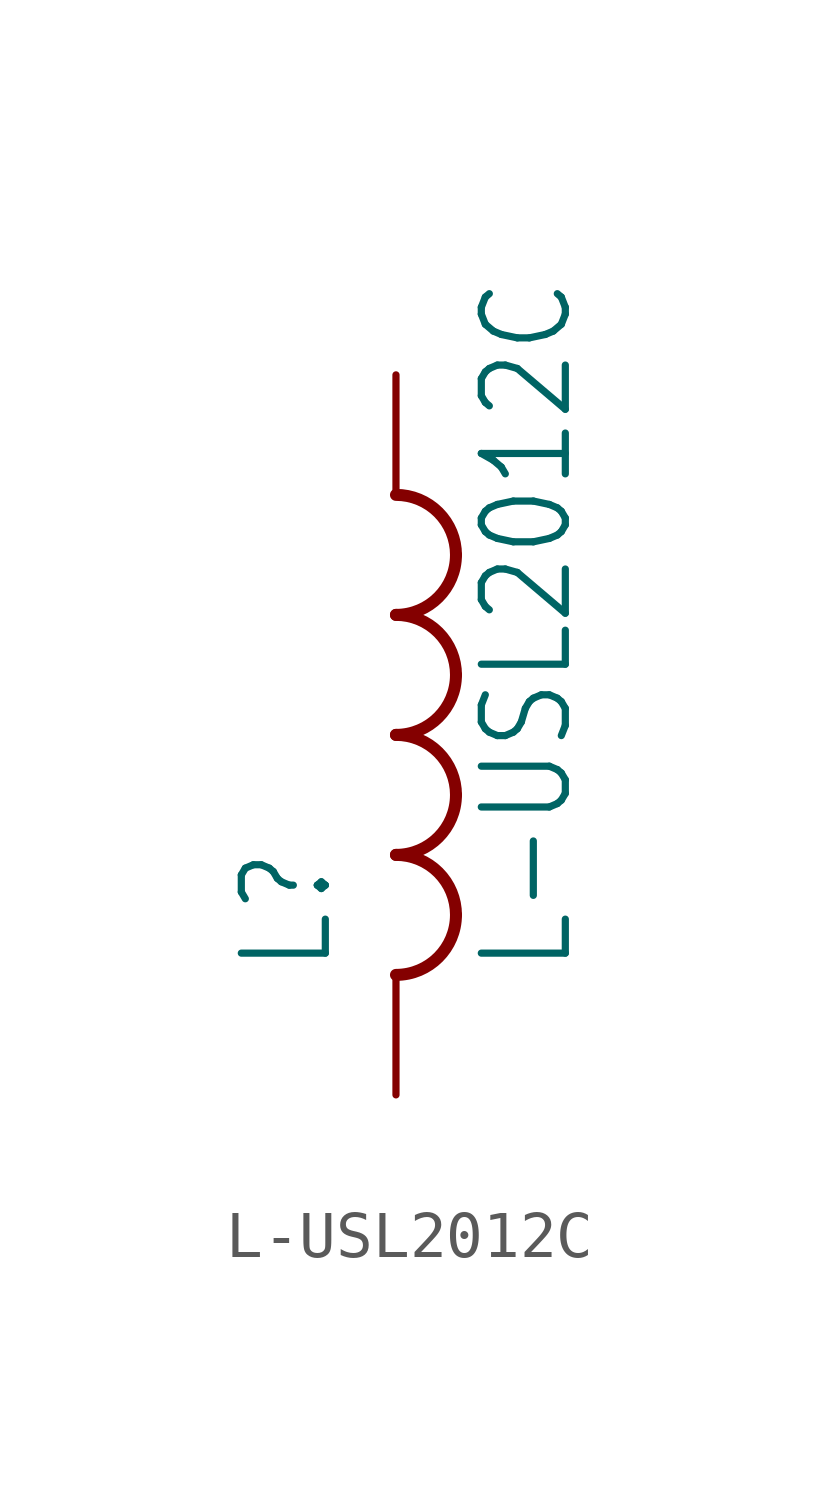
<source format=kicad_sym>
(kicad_symbol_lib
  (version 20211014)
  (generator kicad_symbol_editor)
  (symbol "L-USL2012C"
    (property "Reference" "L"
      (at -1.27 -5.08 90)
      (effects (font (size 1.778 1.511)) (justify left bottom)))
    (property "Value" "L-USL2012C"
      (at 3.81 -5.08 90)
      (effects (font (size 1.778 1.511)) (justify left bottom)))
    (property "ki_locked" ""
      (at 0 0 0)
      (effects (font (size 1.27 1.27))))
    (symbol "L-USL2012C_1_0"
      (arc (start 0 -5.08) (mid 0.898 -4.708) (end 1.27 -3.81) (stroke (width 0.254) (type default) (color 0 0 0 0)) (fill (type none)))
      (arc (start 0 -2.54) (mid 0.898 -2.168) (end 1.27 -1.27) (stroke (width 0.254) (type default) (color 0 0 0 0)) (fill (type none)))
      (arc (start 0 0) (mid 0.898 0.372) (end 1.27 1.27) (stroke (width 0.254) (type default) (color 0 0 0 0)) (fill (type none)))
      (arc (start 0 2.54) (mid 0.898 2.912) (end 1.27 3.81) (stroke (width 0.254) (type default) (color 0 0 0 0)) (fill (type none)))
      (arc (start 1.27 -3.81) (mid 0.898 -2.912) (end 0 -2.54) (stroke (width 0.254) (type default) (color 0 0 0 0)) (fill (type none)))
      (arc (start 1.27 -1.27) (mid 0.898 -0.372) (end 0 0) (stroke (width 0.254) (type default) (color 0 0 0 0)) (fill (type none)))
      (arc (start 1.27 1.27) (mid 0.898 2.168) (end 0 2.54) (stroke (width 0.254) (type default) (color 0 0 0 0)) (fill (type none)))
      (arc (start 1.27 3.81) (mid 0.898 4.708) (end 0 5.08) (stroke (width 0.254) (type default) (color 0 0 0 0)) (fill (type none)))
      (pin passive line (at 0 7.62 270) (length 2.54) (name "1" (effects (font (size 0 0)))) (number "1" (effects (font (size 0 0)))))
      (pin passive line (at 0 -7.62 90) (length 2.54) (name "2" (effects (font (size 0 0)))) (number "2" (effects (font (size 0 0))))))))
</source>
